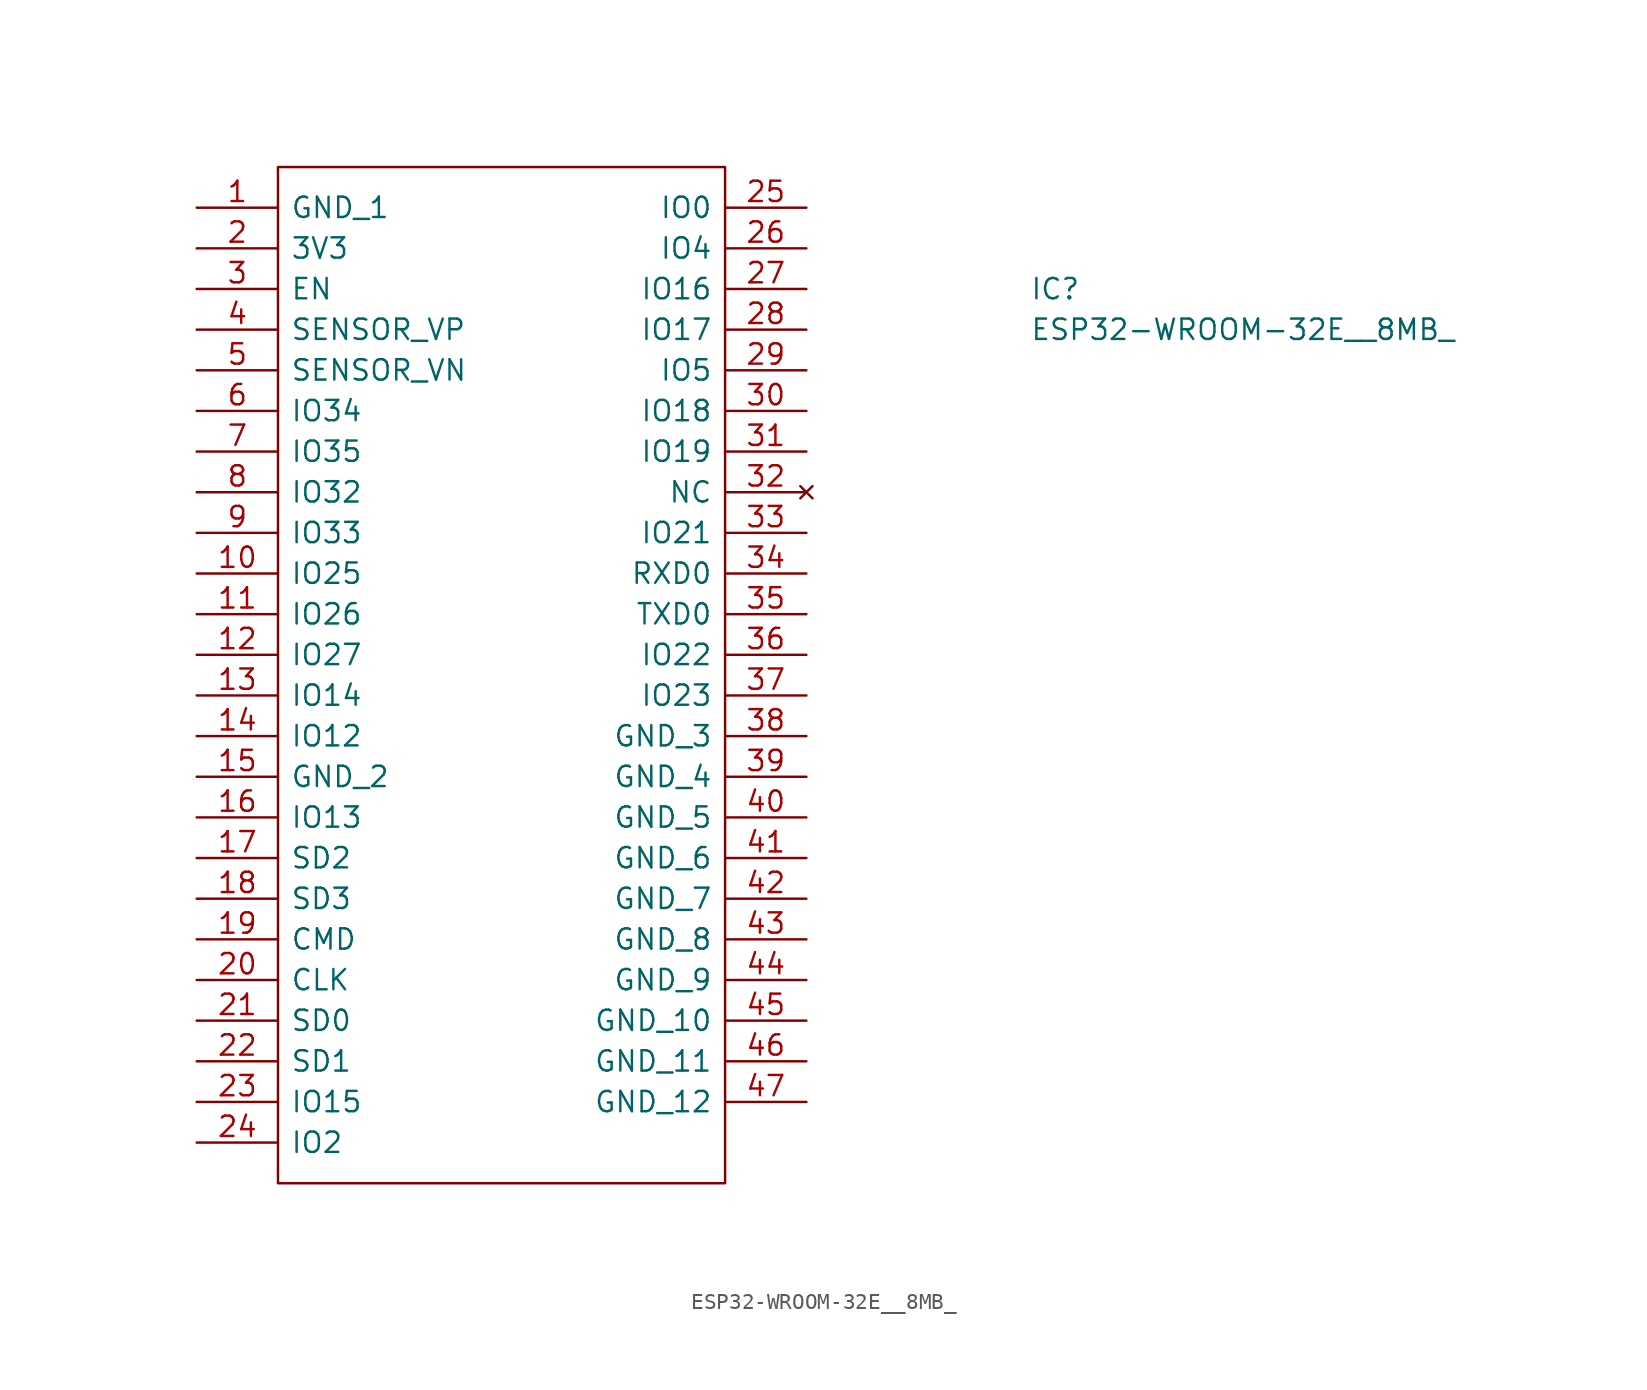
<source format=kicad_sym>
(kicad_symbol_lib
  (version 20211014)
  (generator kicad_symbol_editor)
  (symbol "ESP32-WROOM-32E__8MB_"
    (pin_names
      (offset 0.762))
    (property "Reference" "IC"
      (at 52.07 -5.08 0)
      (effects (font (size 1.27 1.27)) (justify left)))
    (property "Value" "ESP32-WROOM-32E__8MB_"
      (at 52.07 -7.62 0)
      (effects (font (size 1.27 1.27)) (justify left)))
    (symbol "ESP32-WROOM-32E__8MB__0_0"
      (pin passive line (at 0 0 0) (length 5.08) (name "GND_1" (effects (font (size 1.27 1.27)))) (number "1" (effects (font (size 1.27 1.27)))))
      (pin passive line (at 0 -22.86 0) (length 5.08) (name "IO25" (effects (font (size 1.27 1.27)))) (number "10" (effects (font (size 1.27 1.27)))))
      (pin passive line (at 0 -25.4 0) (length 5.08) (name "IO26" (effects (font (size 1.27 1.27)))) (number "11" (effects (font (size 1.27 1.27)))))
      (pin passive line (at 0 -27.94 0) (length 5.08) (name "IO27" (effects (font (size 1.27 1.27)))) (number "12" (effects (font (size 1.27 1.27)))))
      (pin passive line (at 0 -30.48 0) (length 5.08) (name "IO14" (effects (font (size 1.27 1.27)))) (number "13" (effects (font (size 1.27 1.27)))))
      (pin passive line (at 0 -33.02 0) (length 5.08) (name "IO12" (effects (font (size 1.27 1.27)))) (number "14" (effects (font (size 1.27 1.27)))))
      (pin passive line (at 0 -35.56 0) (length 5.08) (name "GND_2" (effects (font (size 1.27 1.27)))) (number "15" (effects (font (size 1.27 1.27)))))
      (pin passive line (at 0 -38.1 0) (length 5.08) (name "IO13" (effects (font (size 1.27 1.27)))) (number "16" (effects (font (size 1.27 1.27)))))
      (pin passive line (at 0 -40.64 0) (length 5.08) (name "SD2" (effects (font (size 1.27 1.27)))) (number "17" (effects (font (size 1.27 1.27)))))
      (pin passive line (at 0 -43.18 0) (length 5.08) (name "SD3" (effects (font (size 1.27 1.27)))) (number "18" (effects (font (size 1.27 1.27)))))
      (pin passive line (at 0 -45.72 0) (length 5.08) (name "CMD" (effects (font (size 1.27 1.27)))) (number "19" (effects (font (size 1.27 1.27)))))
      (pin passive line (at 0 -2.54 0) (length 5.08) (name "3V3" (effects (font (size 1.27 1.27)))) (number "2" (effects (font (size 1.27 1.27)))))
      (pin passive line (at 0 -48.26 0) (length 5.08) (name "CLK" (effects (font (size 1.27 1.27)))) (number "20" (effects (font (size 1.27 1.27)))))
      (pin passive line (at 0 -50.8 0) (length 5.08) (name "SD0" (effects (font (size 1.27 1.27)))) (number "21" (effects (font (size 1.27 1.27)))))
      (pin passive line (at 0 -53.34 0) (length 5.08) (name "SD1" (effects (font (size 1.27 1.27)))) (number "22" (effects (font (size 1.27 1.27)))))
      (pin passive line (at 0 -55.88 0) (length 5.08) (name "IO15" (effects (font (size 1.27 1.27)))) (number "23" (effects (font (size 1.27 1.27)))))
      (pin passive line (at 0 -58.42 0) (length 5.08) (name "IO2" (effects (font (size 1.27 1.27)))) (number "24" (effects (font (size 1.27 1.27)))))
      (pin passive line (at 38.1 0 180) (length 5.08) (name "IO0" (effects (font (size 1.27 1.27)))) (number "25" (effects (font (size 1.27 1.27)))))
      (pin passive line (at 38.1 -2.54 180) (length 5.08) (name "IO4" (effects (font (size 1.27 1.27)))) (number "26" (effects (font (size 1.27 1.27)))))
      (pin passive line (at 38.1 -5.08 180) (length 5.08) (name "IO16" (effects (font (size 1.27 1.27)))) (number "27" (effects (font (size 1.27 1.27)))))
      (pin passive line (at 38.1 -7.62 180) (length 5.08) (name "IO17" (effects (font (size 1.27 1.27)))) (number "28" (effects (font (size 1.27 1.27)))))
      (pin passive line (at 38.1 -10.16 180) (length 5.08) (name "IO5" (effects (font (size 1.27 1.27)))) (number "29" (effects (font (size 1.27 1.27)))))
      (pin passive line (at 0 -5.08 0) (length 5.08) (name "EN" (effects (font (size 1.27 1.27)))) (number "3" (effects (font (size 1.27 1.27)))))
      (pin passive line (at 38.1 -12.7 180) (length 5.08) (name "IO18" (effects (font (size 1.27 1.27)))) (number "30" (effects (font (size 1.27 1.27)))))
      (pin passive line (at 38.1 -15.24 180) (length 5.08) (name "IO19" (effects (font (size 1.27 1.27)))) (number "31" (effects (font (size 1.27 1.27)))))
      (pin no_connect line (at 38.1 -17.78 180) (length 5.08) (name "NC" (effects (font (size 1.27 1.27)))) (number "32" (effects (font (size 1.27 1.27)))))
      (pin passive line (at 38.1 -20.32 180) (length 5.08) (name "IO21" (effects (font (size 1.27 1.27)))) (number "33" (effects (font (size 1.27 1.27)))))
      (pin passive line (at 38.1 -22.86 180) (length 5.08) (name "RXD0" (effects (font (size 1.27 1.27)))) (number "34" (effects (font (size 1.27 1.27)))))
      (pin passive line (at 38.1 -25.4 180) (length 5.08) (name "TXD0" (effects (font (size 1.27 1.27)))) (number "35" (effects (font (size 1.27 1.27)))))
      (pin passive line (at 38.1 -27.94 180) (length 5.08) (name "IO22" (effects (font (size 1.27 1.27)))) (number "36" (effects (font (size 1.27 1.27)))))
      (pin passive line (at 38.1 -30.48 180) (length 5.08) (name "IO23" (effects (font (size 1.27 1.27)))) (number "37" (effects (font (size 1.27 1.27)))))
      (pin passive line (at 38.1 -33.02 180) (length 5.08) (name "GND_3" (effects (font (size 1.27 1.27)))) (number "38" (effects (font (size 1.27 1.27)))))
      (pin passive line (at 38.1 -35.56 180) (length 5.08) (name "GND_4" (effects (font (size 1.27 1.27)))) (number "39" (effects (font (size 1.27 1.27)))))
      (pin passive line (at 0 -7.62 0) (length 5.08) (name "SENSOR_VP" (effects (font (size 1.27 1.27)))) (number "4" (effects (font (size 1.27 1.27)))))
      (pin passive line (at 38.1 -38.1 180) (length 5.08) (name "GND_5" (effects (font (size 1.27 1.27)))) (number "40" (effects (font (size 1.27 1.27)))))
      (pin passive line (at 38.1 -40.64 180) (length 5.08) (name "GND_6" (effects (font (size 1.27 1.27)))) (number "41" (effects (font (size 1.27 1.27)))))
      (pin passive line (at 38.1 -43.18 180) (length 5.08) (name "GND_7" (effects (font (size 1.27 1.27)))) (number "42" (effects (font (size 1.27 1.27)))))
      (pin passive line (at 38.1 -45.72 180) (length 5.08) (name "GND_8" (effects (font (size 1.27 1.27)))) (number "43" (effects (font (size 1.27 1.27)))))
      (pin passive line (at 38.1 -48.26 180) (length 5.08) (name "GND_9" (effects (font (size 1.27 1.27)))) (number "44" (effects (font (size 1.27 1.27)))))
      (pin passive line (at 38.1 -50.8 180) (length 5.08) (name "GND_10" (effects (font (size 1.27 1.27)))) (number "45" (effects (font (size 1.27 1.27)))))
      (pin passive line (at 38.1 -53.34 180) (length 5.08) (name "GND_11" (effects (font (size 1.27 1.27)))) (number "46" (effects (font (size 1.27 1.27)))))
      (pin passive line (at 38.1 -55.88 180) (length 5.08) (name "GND_12" (effects (font (size 1.27 1.27)))) (number "47" (effects (font (size 1.27 1.27)))))
      (pin passive line (at 0 -10.16 0) (length 5.08) (name "SENSOR_VN" (effects (font (size 1.27 1.27)))) (number "5" (effects (font (size 1.27 1.27)))))
      (pin passive line (at 0 -12.7 0) (length 5.08) (name "IO34" (effects (font (size 1.27 1.27)))) (number "6" (effects (font (size 1.27 1.27)))))
      (pin passive line (at 0 -15.24 0) (length 5.08) (name "IO35" (effects (font (size 1.27 1.27)))) (number "7" (effects (font (size 1.27 1.27)))))
      (pin passive line (at 0 -17.78 0) (length 5.08) (name "IO32" (effects (font (size 1.27 1.27)))) (number "8" (effects (font (size 1.27 1.27)))))
      (pin passive line (at 0 -20.32 0) (length 5.08) (name "IO33" (effects (font (size 1.27 1.27)))) (number "9" (effects (font (size 1.27 1.27))))))
    (symbol "ESP32-WROOM-32E__8MB__0_1"
      (polyline (pts (xy 5.08 2.54) (xy 33.02 2.54) (xy 33.02 -60.96) (xy 5.08 -60.96) (xy 5.08 2.54)) (stroke (width 0.152) (type default) (color 0 0 0 0)) (fill (type none))))))
</source>
